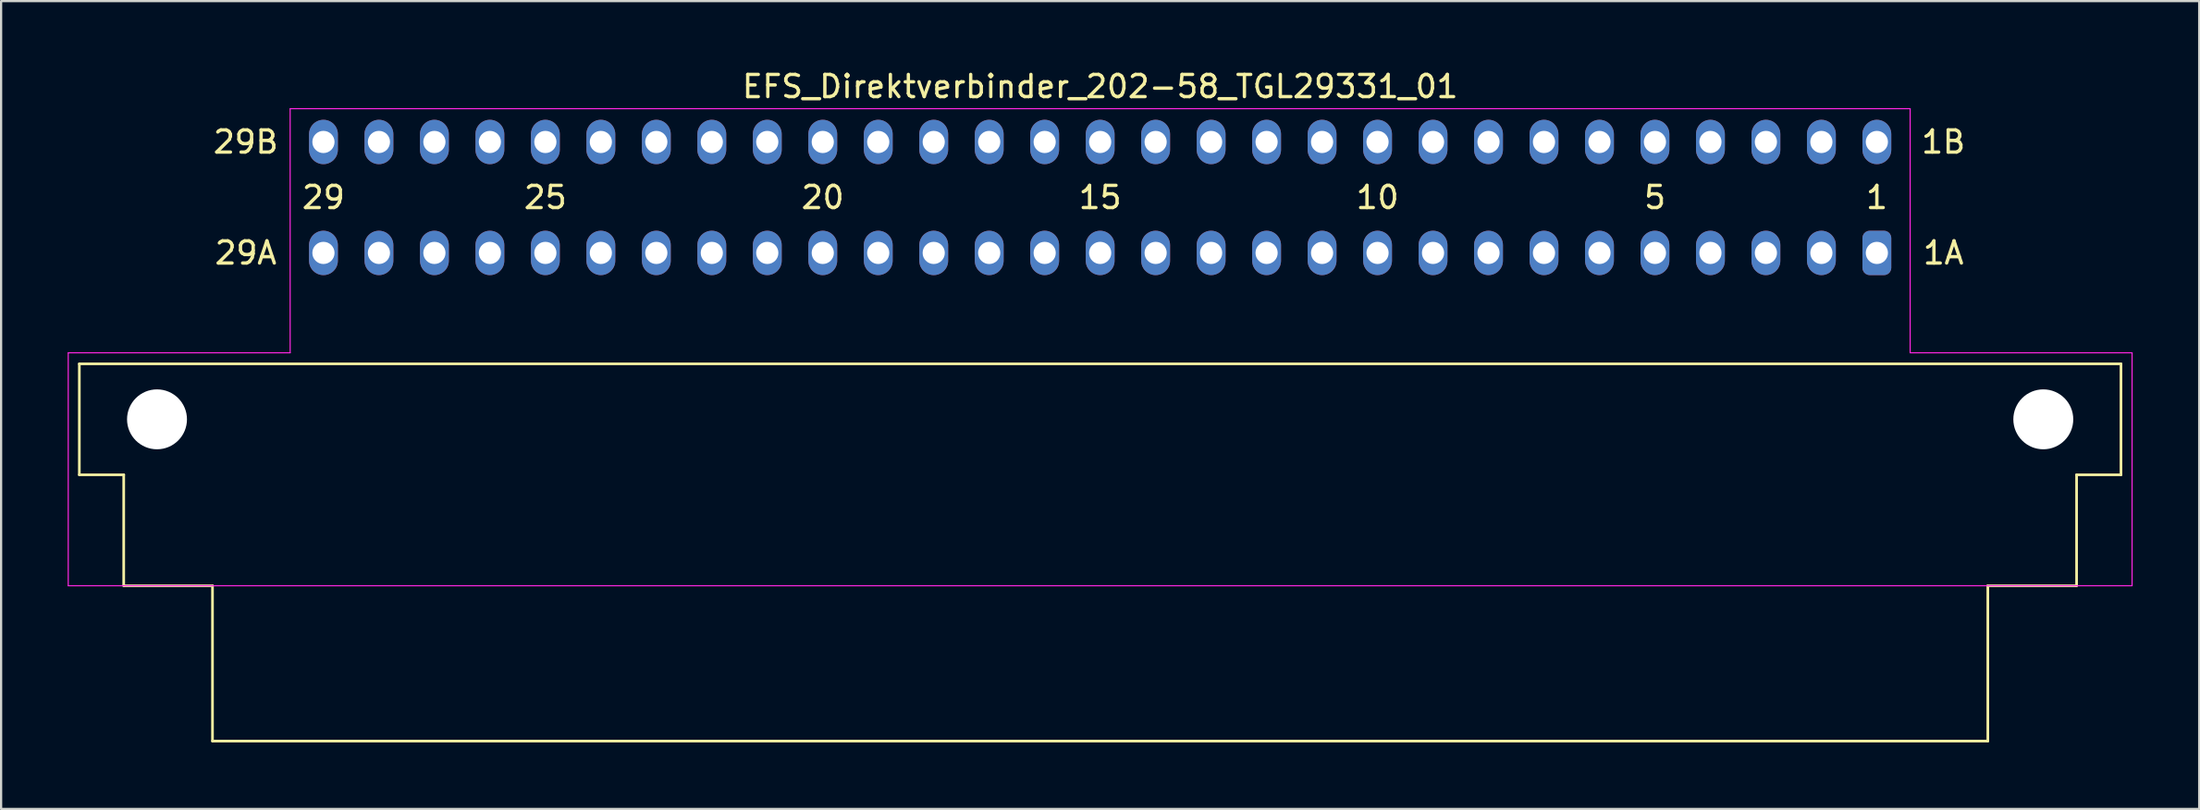
<source format=kicad_pcb>
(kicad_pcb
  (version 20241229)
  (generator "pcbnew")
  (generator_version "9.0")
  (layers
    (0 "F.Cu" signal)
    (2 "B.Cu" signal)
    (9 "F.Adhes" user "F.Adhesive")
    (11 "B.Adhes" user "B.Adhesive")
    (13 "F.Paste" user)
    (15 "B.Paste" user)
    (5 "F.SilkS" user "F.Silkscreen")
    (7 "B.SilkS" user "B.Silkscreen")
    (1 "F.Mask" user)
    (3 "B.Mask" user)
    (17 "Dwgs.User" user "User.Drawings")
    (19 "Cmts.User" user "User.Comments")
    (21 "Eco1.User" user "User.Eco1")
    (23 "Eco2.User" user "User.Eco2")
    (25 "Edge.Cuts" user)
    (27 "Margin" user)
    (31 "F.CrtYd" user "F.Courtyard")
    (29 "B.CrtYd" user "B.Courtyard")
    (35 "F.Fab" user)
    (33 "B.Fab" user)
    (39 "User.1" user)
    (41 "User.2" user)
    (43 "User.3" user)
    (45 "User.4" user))
  (footprint "EFS_Direktverbinder_202-58_TGL29331_01"
    (layer "F.Cu")
    (at 46.525 20.848)
    (property "Reference" "EFS_Direktverbinder_202-58_TGL29331_01" (at 0 -20 180) (layer "F.SilkS") (effects (font (size 1 1) (thickness 0.15))))
    (attr through_hole)
    (fp_line (start -46 -7.5) (end -46 -2.5) (stroke (width 0.12) (type solid)) (layer "F.SilkS"))
    (fp_line (start -46 -7.5) (end 46 -7.5) (stroke (width 0.12) (type solid)) (layer "F.SilkS"))
    (fp_line (start -46 -2.5) (end -44 -2.5) (stroke (width 0.12) (type solid)) (layer "F.SilkS"))
    (fp_line (start -44 -2.5) (end -44 2.5) (stroke (width 0.12) (type solid)) (layer "F.SilkS"))
    (fp_line (start -44 2.5) (end -40 2.5) (stroke (width 0.12) (type solid)) (layer "F.SilkS"))
    (fp_line (start -40 2.5) (end -40 9.5) (stroke (width 0.12) (type solid)) (layer "F.SilkS"))
    (fp_line (start -40 9.5) (end 40 9.5) (stroke (width 0.12) (type solid)) (layer "F.SilkS"))
    (fp_line (start 40 2.5) (end 44 2.5) (stroke (width 0.12) (type solid)) (layer "F.SilkS"))
    (fp_line (start 40 9.5) (end 40 2.5) (stroke (width 0.12) (type solid)) (layer "F.SilkS"))
    (fp_line (start 44 -2.5) (end 46 -2.5) (stroke (width 0.12) (type solid)) (layer "F.SilkS"))
    (fp_line (start 44 2.5) (end 44 -2.5) (stroke (width 0.12) (type solid)) (layer "F.SilkS"))
    (fp_line (start 46 -2.5) (end 46 -7.5) (stroke (width 0.12) (type solid)) (layer "F.SilkS"))
    (fp_line (start -46.5 2.5) (end -46.5 -8) (stroke (width 0.05) (type solid)) (layer "F.CrtYd"))
    (fp_line (start -36.5 -19) (end 36.5 -19) (stroke (width 0.05) (type solid)) (layer "F.CrtYd"))
    (fp_line (start -36.5 -8) (end -46.5 -8) (stroke (width 0.05) (type solid)) (layer "F.CrtYd"))
    (fp_line (start -36.5 -8) (end -36.5 -19) (stroke (width 0.05) (type solid)) (layer "F.CrtYd"))
    (fp_line (start 36.5 -19) (end 36.5 -8) (stroke (width 0.05) (type solid)) (layer "F.CrtYd"))
    (fp_line (start 36.5 -8) (end 46.5 -8) (stroke (width 0.05) (type solid)) (layer "F.CrtYd"))
    (fp_line (start 46.5 -8) (end 46.5 2.5) (stroke (width 0.05) (type solid)) (layer "F.CrtYd"))
    (fp_line (start 46.5 2.5) (end -46.5 2.5) (stroke (width 0.05) (type solid)) (layer "F.CrtYd"))
    (fp_text user "15" (at 0 -15 180) (layer "F.SilkS") (effects (font (size 1 1) (thickness 0.15))))
    (fp_text user "20" (at -12.5 -15 180) (layer "F.SilkS") (effects (font (size 1 1) (thickness 0.15))))
    (fp_text user "10" (at 12.5 -15 180) (layer "F.SilkS") (effects (font (size 1 1) (thickness 0.15))))
    (fp_text user "29A" (at -38.5 -12.5 0) (layer "F.SilkS") (effects (font (size 1 1) (thickness 0.15))))
    (fp_text user "29B" (at -38.5 -17.5 0) (layer "F.SilkS") (effects (font (size 1 1) (thickness 0.15))))
    (fp_text user "29" (at -35 -15 180) (layer "F.SilkS") (effects (font (size 1 1) (thickness 0.15))))
    (fp_text user "1A" (at 38 -12.5 0) (layer "F.SilkS") (effects (font (size 1 1) (thickness 0.15))))
    (fp_text user "5" (at 25 -15 180) (layer "F.SilkS") (effects (font (size 1 1) (thickness 0.15))))
    (fp_text user "25" (at -25 -15 180) (layer "F.SilkS") (effects (font (size 1 1) (thickness 0.15))))
    (fp_text user "1" (at 35 -15 180) (layer "F.SilkS") (effects (font (size 1 1) (thickness 0.15))))
    (fp_text user "1B" (at 38 -17.5 0) (layer "F.SilkS") (effects (font (size 1 1) (thickness 0.15))))
    (pad "" np_thru_hole circle (at -42.5 -5) (size 2.7 2.7) (drill 2.7) (layers "*.Cu" "*.Mask"))
    (pad "" np_thru_hole circle (at 42.5 -5) (size 2.7 2.7) (drill 2.7) (layers "*.Cu" "*.Mask"))
    (pad "1a" thru_hole roundrect (at 35 -12.5) (size 1.3 2) (drill 1) (layers "*.Cu" "*.Mask") (roundrect_rratio 0.25))
    (pad "1b" thru_hole oval (at 35 -17.5) (size 1.3 2) (drill 1) (layers "*.Cu" "*.Mask"))
    (pad "2a" thru_hole oval (at 32.5 -12.5) (size 1.3 2) (drill 1) (layers "*.Cu" "*.Mask"))
    (pad "2b" thru_hole oval (at 32.5 -17.5) (size 1.3 2) (drill 1) (layers "*.Cu" "*.Mask"))
    (pad "3a" thru_hole oval (at 30 -12.5) (size 1.3 2) (drill 1) (layers "*.Cu" "*.Mask"))
    (pad "3b" thru_hole oval (at 30 -17.5) (size 1.3 2) (drill 1) (layers "*.Cu" "*.Mask"))
    (pad "4a" thru_hole oval (at 27.5 -12.5) (size 1.3 2) (drill 1) (layers "*.Cu" "*.Mask"))
    (pad "4b" thru_hole oval (at 27.5 -17.5) (size 1.3 2) (drill 1) (layers "*.Cu" "*.Mask"))
    (pad "5a" thru_hole oval (at 25 -12.5) (size 1.3 2) (drill 1) (layers "*.Cu" "*.Mask"))
    (pad "5b" thru_hole oval (at 25 -17.5) (size 1.3 2) (drill 1) (layers "*.Cu" "*.Mask"))
    (pad "6a" thru_hole oval (at 22.5 -12.5) (size 1.3 2) (drill 1) (layers "*.Cu" "*.Mask"))
    (pad "6b" thru_hole oval (at 22.5 -17.5) (size 1.3 2) (drill 1) (layers "*.Cu" "*.Mask"))
    (pad "7a" thru_hole oval (at 20 -12.5) (size 1.3 2) (drill 1) (layers "*.Cu" "*.Mask"))
    (pad "7b" thru_hole oval (at 20 -17.5) (size 1.3 2) (drill 1) (layers "*.Cu" "*.Mask"))
    (pad "8a" thru_hole oval (at 17.5 -12.5) (size 1.3 2) (drill 1) (layers "*.Cu" "*.Mask"))
    (pad "8b" thru_hole oval (at 17.5 -17.5) (size 1.3 2) (drill 1) (layers "*.Cu" "*.Mask"))
    (pad "9a" thru_hole oval (at 15 -12.5) (size 1.3 2) (drill 1) (layers "*.Cu" "*.Mask"))
    (pad "9b" thru_hole oval (at 15 -17.5) (size 1.3 2) (drill 1) (layers "*.Cu" "*.Mask"))
    (pad "10a" thru_hole oval (at 12.5 -12.5) (size 1.3 2) (drill 1) (layers "*.Cu" "*.Mask"))
    (pad "10b" thru_hole oval (at 12.5 -17.5) (size 1.3 2) (drill 1) (layers "*.Cu" "*.Mask"))
    (pad "11a" thru_hole oval (at 10 -12.5) (size 1.3 2) (drill 1) (layers "*.Cu" "*.Mask"))
    (pad "11b" thru_hole oval (at 10 -17.5) (size 1.3 2) (drill 1) (layers "*.Cu" "*.Mask"))
    (pad "12a" thru_hole oval (at 7.5 -12.5) (size 1.3 2) (drill 1) (layers "*.Cu" "*.Mask"))
    (pad "12b" thru_hole oval (at 7.5 -17.5) (size 1.3 2) (drill 1) (layers "*.Cu" "*.Mask"))
    (pad "13a" thru_hole oval (at 5 -12.5) (size 1.3 2) (drill 1) (layers "*.Cu" "*.Mask"))
    (pad "13b" thru_hole oval (at 5 -17.5) (size 1.3 2) (drill 1) (layers "*.Cu" "*.Mask"))
    (pad "14a" thru_hole oval (at 2.5 -12.5) (size 1.3 2) (drill 1) (layers "*.Cu" "*.Mask"))
    (pad "14b" thru_hole oval (at 2.5 -17.5) (size 1.3 2) (drill 1) (layers "*.Cu" "*.Mask"))
    (pad "15a" thru_hole oval (at 0 -12.5) (size 1.3 2) (drill 1) (layers "*.Cu" "*.Mask"))
    (pad "15b" thru_hole oval (at 0 -17.5) (size 1.3 2) (drill 1) (layers "*.Cu" "*.Mask"))
    (pad "16a" thru_hole oval (at -2.5 -12.5) (size 1.3 2) (drill 1) (layers "*.Cu" "*.Mask"))
    (pad "16b" thru_hole oval (at -2.5 -17.5) (size 1.3 2) (drill 1) (layers "*.Cu" "*.Mask"))
    (pad "17a" thru_hole oval (at -5 -12.5) (size 1.3 2) (drill 1) (layers "*.Cu" "*.Mask"))
    (pad "17b" thru_hole oval (at -5 -17.5) (size 1.3 2) (drill 1) (layers "*.Cu" "*.Mask"))
    (pad "18a" thru_hole oval (at -7.5 -12.5) (size 1.3 2) (drill 1) (layers "*.Cu" "*.Mask"))
    (pad "18b" thru_hole oval (at -7.5 -17.5) (size 1.3 2) (drill 1) (layers "*.Cu" "*.Mask"))
    (pad "19a" thru_hole oval (at -10 -12.5) (size 1.3 2) (drill 1) (layers "*.Cu" "*.Mask"))
    (pad "19b" thru_hole oval (at -10 -17.5) (size 1.3 2) (drill 1) (layers "*.Cu" "*.Mask"))
    (pad "20a" thru_hole oval (at -12.5 -12.5) (size 1.3 2) (drill 1) (layers "*.Cu" "*.Mask"))
    (pad "20b" thru_hole oval (at -12.5 -17.5) (size 1.3 2) (drill 1) (layers "*.Cu" "*.Mask"))
    (pad "21a" thru_hole oval (at -15 -12.5) (size 1.3 2) (drill 1) (layers "*.Cu" "*.Mask"))
    (pad "21b" thru_hole oval (at -15 -17.5) (size 1.3 2) (drill 1) (layers "*.Cu" "*.Mask"))
    (pad "22a" thru_hole oval (at -17.5 -12.5) (size 1.3 2) (drill 1) (layers "*.Cu" "*.Mask"))
    (pad "22b" thru_hole oval (at -17.5 -17.5) (size 1.3 2) (drill 1) (layers "*.Cu" "*.Mask"))
    (pad "23a" thru_hole oval (at -20 -12.5) (size 1.3 2) (drill 1) (layers "*.Cu" "*.Mask"))
    (pad "23b" thru_hole oval (at -20 -17.5) (size 1.3 2) (drill 1) (layers "*.Cu" "*.Mask"))
    (pad "24a" thru_hole oval (at -22.5 -12.5) (size 1.3 2) (drill 1) (layers "*.Cu" "*.Mask"))
    (pad "24b" thru_hole oval (at -22.5 -17.5) (size 1.3 2) (drill 1) (layers "*.Cu" "*.Mask"))
    (pad "25a" thru_hole oval (at -25 -12.5) (size 1.3 2) (drill 1) (layers "*.Cu" "*.Mask"))
    (pad "25b" thru_hole oval (at -25 -17.5) (size 1.3 2) (drill 1) (layers "*.Cu" "*.Mask"))
    (pad "26a" thru_hole oval (at -27.5 -12.5) (size 1.3 2) (drill 1) (layers "*.Cu" "*.Mask"))
    (pad "26b" thru_hole oval (at -27.5 -17.5) (size 1.3 2) (drill 1) (layers "*.Cu" "*.Mask"))
    (pad "27a" thru_hole oval (at -30 -12.5) (size 1.3 2) (drill 1) (layers "*.Cu" "*.Mask"))
    (pad "27b" thru_hole oval (at -30 -17.5) (size 1.3 2) (drill 1) (layers "*.Cu" "*.Mask"))
    (pad "28a" thru_hole oval (at -32.5 -12.5) (size 1.3 2) (drill 1) (layers "*.Cu" "*.Mask"))
    (pad "28b" thru_hole oval (at -32.5 -17.5) (size 1.3 2) (drill 1) (layers "*.Cu" "*.Mask"))
    (pad "29a" thru_hole oval (at -35 -12.5) (size 1.3 2) (drill 1) (layers "*.Cu" "*.Mask"))
    (pad "29b" thru_hole oval (at -35 -17.5) (size 1.3 2) (drill 1) (layers "*.Cu" "*.Mask")))
  (gr_rect
    (start -3 -3)
    (end 96.05 33.408)
    (stroke (width 0.1) (type default))
    (fill no)
    (layer "Edge.Cuts")))
</source>
